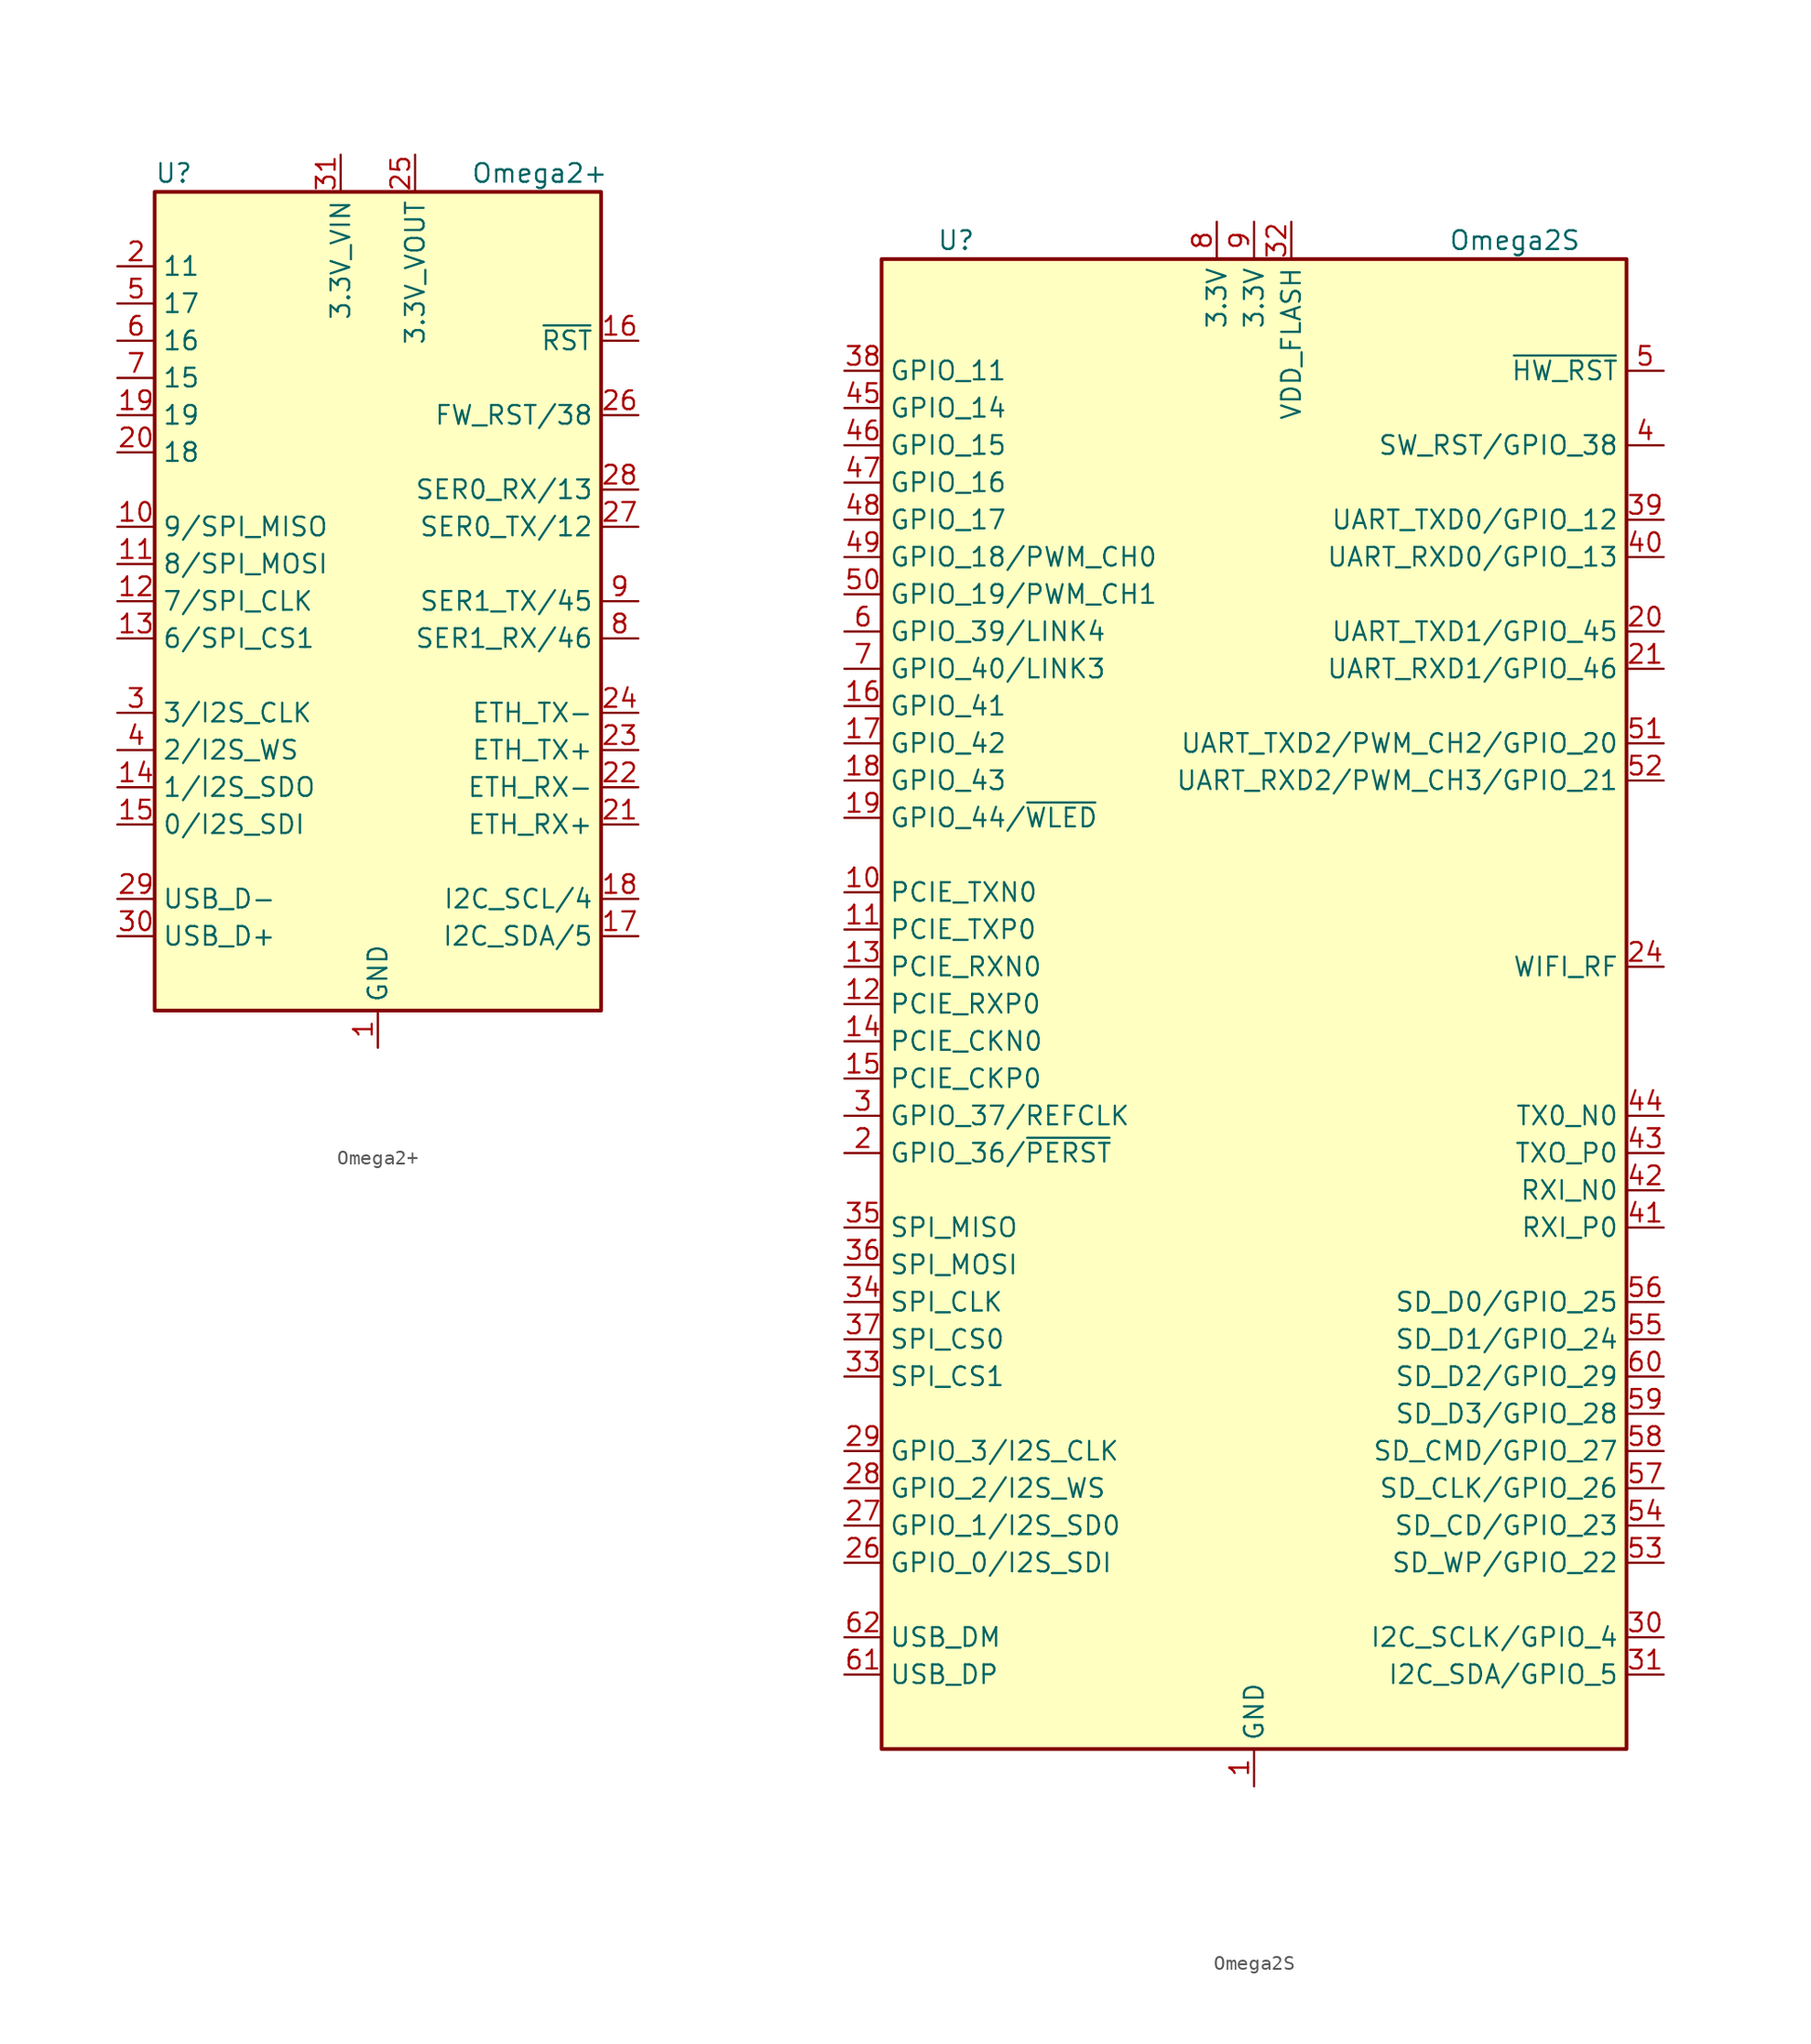
<source format=kicad_sym>
(kicad_symbol_lib
  (version 20211014)
  (generator kicad_symbol_editor)
  (symbol "Omega2+"
    (property "Reference" "U"
      (at -15.24 29.21 0)
      (effects (font (size 1.27 1.27)) (justify left)))
    (property "Value" "Omega2+"
      (at 6.35 29.21 0)
      (effects (font (size 1.27 1.27)) (justify left)))
    (symbol "Omega2+_0_1"
      (rectangle (start -15.24 27.94) (end 15.24 -27.94) (stroke (width 0.254) (type default) (color 0 0 0 0)) (fill (type background))))
    (symbol "Omega2+_1_1"
      (pin power_in line (at 0 -30.48 90) (length 2.54) (name "GND" (effects (font (size 1.27 1.27)))) (number "1" (effects (font (size 1.27 1.27)))))
      (pin bidirectional line (at -17.78 5.08 0) (length 2.54) (name "9/SPI_MISO" (effects (font (size 1.27 1.27)))) (number "10" (effects (font (size 1.27 1.27)))))
      (pin bidirectional line (at -17.78 2.54 0) (length 2.54) (name "8/SPI_MOSI" (effects (font (size 1.27 1.27)))) (number "11" (effects (font (size 1.27 1.27)))))
      (pin bidirectional line (at -17.78 0 0) (length 2.54) (name "7/SPI_CLK" (effects (font (size 1.27 1.27)))) (number "12" (effects (font (size 1.27 1.27)))))
      (pin bidirectional line (at -17.78 -2.54 0) (length 2.54) (name "6/SPI_CS1" (effects (font (size 1.27 1.27)))) (number "13" (effects (font (size 1.27 1.27)))))
      (pin bidirectional line (at -17.78 -12.7 0) (length 2.54) (name "1/I2S_SDO" (effects (font (size 1.27 1.27)))) (number "14" (effects (font (size 1.27 1.27)))))
      (pin bidirectional line (at -17.78 -15.24 0) (length 2.54) (name "0/I2S_SDI" (effects (font (size 1.27 1.27)))) (number "15" (effects (font (size 1.27 1.27)))))
      (pin input line (at 17.78 17.78 180) (length 2.54) (name "~{RST}" (effects (font (size 1.27 1.27)))) (number "16" (effects (font (size 1.27 1.27)))))
      (pin bidirectional line (at 17.78 -22.86 180) (length 2.54) (name "I2C_SDA/5" (effects (font (size 1.27 1.27)))) (number "17" (effects (font (size 1.27 1.27)))))
      (pin bidirectional line (at 17.78 -20.32 180) (length 2.54) (name "I2C_SCL/4" (effects (font (size 1.27 1.27)))) (number "18" (effects (font (size 1.27 1.27)))))
      (pin bidirectional line (at -17.78 12.7 0) (length 2.54) (name "19" (effects (font (size 1.27 1.27)))) (number "19" (effects (font (size 1.27 1.27)))))
      (pin bidirectional line (at -17.78 22.86 0) (length 2.54) (name "11" (effects (font (size 1.27 1.27)))) (number "2" (effects (font (size 1.27 1.27)))))
      (pin bidirectional line (at -17.78 10.16 0) (length 2.54) (name "18" (effects (font (size 1.27 1.27)))) (number "20" (effects (font (size 1.27 1.27)))))
      (pin input line (at 17.78 -15.24 180) (length 2.54) (name "ETH_RX+" (effects (font (size 1.27 1.27)))) (number "21" (effects (font (size 1.27 1.27)))))
      (pin input line (at 17.78 -12.7 180) (length 2.54) (name "ETH_RX-" (effects (font (size 1.27 1.27)))) (number "22" (effects (font (size 1.27 1.27)))))
      (pin output line (at 17.78 -10.16 180) (length 2.54) (name "ETH_TX+" (effects (font (size 1.27 1.27)))) (number "23" (effects (font (size 1.27 1.27)))))
      (pin output line (at 17.78 -7.62 180) (length 2.54) (name "ETH_TX-" (effects (font (size 1.27 1.27)))) (number "24" (effects (font (size 1.27 1.27)))))
      (pin power_out line (at 2.54 30.48 270) (length 2.54) (name "3.3V_VOUT" (effects (font (size 1.27 1.27)))) (number "25" (effects (font (size 1.27 1.27)))))
      (pin bidirectional line (at 17.78 12.7 180) (length 2.54) (name "FW_RST/38" (effects (font (size 1.27 1.27)))) (number "26" (effects (font (size 1.27 1.27)))))
      (pin bidirectional line (at 17.78 5.08 180) (length 2.54) (name "SER0_TX/12" (effects (font (size 1.27 1.27)))) (number "27" (effects (font (size 1.27 1.27)))))
      (pin bidirectional line (at 17.78 7.62 180) (length 2.54) (name "SER0_RX/13" (effects (font (size 1.27 1.27)))) (number "28" (effects (font (size 1.27 1.27)))))
      (pin bidirectional line (at -17.78 -20.32 0) (length 2.54) (name "USB_D-" (effects (font (size 1.27 1.27)))) (number "29" (effects (font (size 1.27 1.27)))))
      (pin bidirectional line (at -17.78 -7.62 0) (length 2.54) (name "3/I2S_CLK" (effects (font (size 1.27 1.27)))) (number "3" (effects (font (size 1.27 1.27)))))
      (pin bidirectional line (at -17.78 -22.86 0) (length 2.54) (name "USB_D+" (effects (font (size 1.27 1.27)))) (number "30" (effects (font (size 1.27 1.27)))))
      (pin power_in line (at -2.54 30.48 270) (length 2.54) (name "3.3V_VIN" (effects (font (size 1.27 1.27)))) (number "31" (effects (font (size 1.27 1.27)))))
      (pin passive line (at 0 -30.48 90) (length 2.54) hide (name "GND" (effects (font (size 1.27 1.27)))) (number "32" (effects (font (size 1.27 1.27)))))
      (pin bidirectional line (at -17.78 -10.16 0) (length 2.54) (name "2/I2S_WS" (effects (font (size 1.27 1.27)))) (number "4" (effects (font (size 1.27 1.27)))))
      (pin bidirectional line (at -17.78 20.32 0) (length 2.54) (name "17" (effects (font (size 1.27 1.27)))) (number "5" (effects (font (size 1.27 1.27)))))
      (pin bidirectional line (at -17.78 17.78 0) (length 2.54) (name "16" (effects (font (size 1.27 1.27)))) (number "6" (effects (font (size 1.27 1.27)))))
      (pin bidirectional line (at -17.78 15.24 0) (length 2.54) (name "15" (effects (font (size 1.27 1.27)))) (number "7" (effects (font (size 1.27 1.27)))))
      (pin bidirectional line (at 17.78 -2.54 180) (length 2.54) (name "SER1_RX/46" (effects (font (size 1.27 1.27)))) (number "8" (effects (font (size 1.27 1.27)))))
      (pin bidirectional line (at 17.78 0 180) (length 2.54) (name "SER1_TX/45" (effects (font (size 1.27 1.27)))) (number "9" (effects (font (size 1.27 1.27)))))))
  (symbol "Omega2S"
    (property "Reference" "U"
      (at -20.32 52.07 0)
      (effects (font (size 1.27 1.27))))
    (property "Value" "Omega2S"
      (at 17.78 52.07 0)
      (effects (font (size 1.27 1.27))))
    (symbol "Omega2S_0_1"
      (rectangle (start -25.4 -50.8) (end 25.4 50.8) (stroke (width 0.254) (type default) (color 0 0 0 0)) (fill (type background))))
    (symbol "Omega2S_1_1"
      (pin power_in line (at 0 -53.34 90) (length 2.54) (name "GND" (effects (font (size 1.27 1.27)))) (number "1" (effects (font (size 1.27 1.27)))))
      (pin output line (at -27.94 7.62 0) (length 2.54) (name "PCIE_TXN0" (effects (font (size 1.27 1.27)))) (number "10" (effects (font (size 1.27 1.27)))))
      (pin output line (at -27.94 5.08 0) (length 2.54) (name "PCIE_TXP0" (effects (font (size 1.27 1.27)))) (number "11" (effects (font (size 1.27 1.27)))))
      (pin input line (at -27.94 0 0) (length 2.54) (name "PCIE_RXP0" (effects (font (size 1.27 1.27)))) (number "12" (effects (font (size 1.27 1.27)))))
      (pin input line (at -27.94 2.54 0) (length 2.54) (name "PCIE_RXN0" (effects (font (size 1.27 1.27)))) (number "13" (effects (font (size 1.27 1.27)))))
      (pin output line (at -27.94 -2.54 0) (length 2.54) (name "PCIE_CKN0" (effects (font (size 1.27 1.27)))) (number "14" (effects (font (size 1.27 1.27)))))
      (pin output line (at -27.94 -5.08 0) (length 2.54) (name "PCIE_CKP0" (effects (font (size 1.27 1.27)))) (number "15" (effects (font (size 1.27 1.27)))))
      (pin bidirectional line (at -27.94 20.32 0) (length 2.54) (name "GPIO_41" (effects (font (size 1.27 1.27)))) (number "16" (effects (font (size 1.27 1.27)))))
      (pin bidirectional line (at -27.94 17.78 0) (length 2.54) (name "GPIO_42" (effects (font (size 1.27 1.27)))) (number "17" (effects (font (size 1.27 1.27)))))
      (pin bidirectional line (at -27.94 15.24 0) (length 2.54) (name "GPIO_43" (effects (font (size 1.27 1.27)))) (number "18" (effects (font (size 1.27 1.27)))))
      (pin bidirectional line (at -27.94 12.7 0) (length 2.54) (name "GPIO_44/~{WLED}" (effects (font (size 1.27 1.27)))) (number "19" (effects (font (size 1.27 1.27)))))
      (pin bidirectional line (at -27.94 -10.16 0) (length 2.54) (name "GPIO_36/~{PERST}" (effects (font (size 1.27 1.27)))) (number "2" (effects (font (size 1.27 1.27)))))
      (pin bidirectional line (at 27.94 25.4 180) (length 2.54) (name "UART_TXD1/GPIO_45" (effects (font (size 1.27 1.27)))) (number "20" (effects (font (size 1.27 1.27)))))
      (pin bidirectional line (at 27.94 22.86 180) (length 2.54) (name "UART_RXD1/GPIO_46" (effects (font (size 1.27 1.27)))) (number "21" (effects (font (size 1.27 1.27)))))
      (pin passive line (at 0 -53.34 90) (length 2.54) hide (name "GND" (effects (font (size 1.27 1.27)))) (number "22" (effects (font (size 1.27 1.27)))))
      (pin passive line (at 0 -53.34 90) (length 2.54) hide (name "GND" (effects (font (size 1.27 1.27)))) (number "23" (effects (font (size 1.27 1.27)))))
      (pin passive line (at 27.94 2.54 180) (length 2.54) (name "WIFI_RF" (effects (font (size 1.27 1.27)))) (number "24" (effects (font (size 1.27 1.27)))))
      (pin passive line (at 0 -53.34 90) (length 2.54) hide (name "GND" (effects (font (size 1.27 1.27)))) (number "25" (effects (font (size 1.27 1.27)))))
      (pin bidirectional line (at -27.94 -38.1 0) (length 2.54) (name "GPIO_0/I2S_SDI" (effects (font (size 1.27 1.27)))) (number "26" (effects (font (size 1.27 1.27)))))
      (pin bidirectional line (at -27.94 -35.56 0) (length 2.54) (name "GPIO_1/I2S_SD0" (effects (font (size 1.27 1.27)))) (number "27" (effects (font (size 1.27 1.27)))))
      (pin bidirectional line (at -27.94 -33.02 0) (length 2.54) (name "GPIO_2/I2S_WS" (effects (font (size 1.27 1.27)))) (number "28" (effects (font (size 1.27 1.27)))))
      (pin bidirectional line (at -27.94 -30.48 0) (length 2.54) (name "GPIO_3/I2S_CLK" (effects (font (size 1.27 1.27)))) (number "29" (effects (font (size 1.27 1.27)))))
      (pin bidirectional line (at -27.94 -7.62 0) (length 2.54) (name "GPIO_37/REFCLK" (effects (font (size 1.27 1.27)))) (number "3" (effects (font (size 1.27 1.27)))))
      (pin bidirectional line (at 27.94 -43.18 180) (length 2.54) (name "I2C_SCLK/GPIO_4" (effects (font (size 1.27 1.27)))) (number "30" (effects (font (size 1.27 1.27)))))
      (pin bidirectional line (at 27.94 -45.72 180) (length 2.54) (name "I2C_SDA/GPIO_5" (effects (font (size 1.27 1.27)))) (number "31" (effects (font (size 1.27 1.27)))))
      (pin power_in line (at 2.54 53.34 270) (length 2.54) (name "VDD_FLASH" (effects (font (size 1.27 1.27)))) (number "32" (effects (font (size 1.27 1.27)))))
      (pin output line (at -27.94 -25.4 0) (length 2.54) (name "SPI_CS1" (effects (font (size 1.27 1.27)))) (number "33" (effects (font (size 1.27 1.27)))))
      (pin output line (at -27.94 -20.32 0) (length 2.54) (name "SPI_CLK" (effects (font (size 1.27 1.27)))) (number "34" (effects (font (size 1.27 1.27)))))
      (pin input line (at -27.94 -15.24 0) (length 2.54) (name "SPI_MISO" (effects (font (size 1.27 1.27)))) (number "35" (effects (font (size 1.27 1.27)))))
      (pin output line (at -27.94 -17.78 0) (length 2.54) (name "SPI_MOSI" (effects (font (size 1.27 1.27)))) (number "36" (effects (font (size 1.27 1.27)))))
      (pin output line (at -27.94 -22.86 0) (length 2.54) (name "SPI_CS0" (effects (font (size 1.27 1.27)))) (number "37" (effects (font (size 1.27 1.27)))))
      (pin bidirectional line (at -27.94 43.18 0) (length 2.54) (name "GPIO_11" (effects (font (size 1.27 1.27)))) (number "38" (effects (font (size 1.27 1.27)))))
      (pin bidirectional line (at 27.94 33.02 180) (length 2.54) (name "UART_TXD0/GPIO_12" (effects (font (size 1.27 1.27)))) (number "39" (effects (font (size 1.27 1.27)))))
      (pin bidirectional line (at 27.94 38.1 180) (length 2.54) (name "SW_RST/GPIO_38" (effects (font (size 1.27 1.27)))) (number "4" (effects (font (size 1.27 1.27)))))
      (pin bidirectional line (at 27.94 30.48 180) (length 2.54) (name "UART_RXD0/GPIO_13" (effects (font (size 1.27 1.27)))) (number "40" (effects (font (size 1.27 1.27)))))
      (pin input line (at 27.94 -15.24 180) (length 2.54) (name "RXI_P0" (effects (font (size 1.27 1.27)))) (number "41" (effects (font (size 1.27 1.27)))))
      (pin input line (at 27.94 -12.7 180) (length 2.54) (name "RXI_N0" (effects (font (size 1.27 1.27)))) (number "42" (effects (font (size 1.27 1.27)))))
      (pin output line (at 27.94 -10.16 180) (length 2.54) (name "TXO_P0" (effects (font (size 1.27 1.27)))) (number "43" (effects (font (size 1.27 1.27)))))
      (pin output line (at 27.94 -7.62 180) (length 2.54) (name "TX0_N0" (effects (font (size 1.27 1.27)))) (number "44" (effects (font (size 1.27 1.27)))))
      (pin bidirectional line (at -27.94 40.64 0) (length 2.54) (name "GPIO_14" (effects (font (size 1.27 1.27)))) (number "45" (effects (font (size 1.27 1.27)))))
      (pin bidirectional line (at -27.94 38.1 0) (length 2.54) (name "GPIO_15" (effects (font (size 1.27 1.27)))) (number "46" (effects (font (size 1.27 1.27)))))
      (pin bidirectional line (at -27.94 35.56 0) (length 2.54) (name "GPIO_16" (effects (font (size 1.27 1.27)))) (number "47" (effects (font (size 1.27 1.27)))))
      (pin bidirectional line (at -27.94 33.02 0) (length 2.54) (name "GPIO_17" (effects (font (size 1.27 1.27)))) (number "48" (effects (font (size 1.27 1.27)))))
      (pin bidirectional line (at -27.94 30.48 0) (length 2.54) (name "GPIO_18/PWM_CH0" (effects (font (size 1.27 1.27)))) (number "49" (effects (font (size 1.27 1.27)))))
      (pin input line (at 27.94 43.18 180) (length 2.54) (name "~{HW_RST}" (effects (font (size 1.27 1.27)))) (number "5" (effects (font (size 1.27 1.27)))))
      (pin bidirectional line (at -27.94 27.94 0) (length 2.54) (name "GPIO_19/PWM_CH1" (effects (font (size 1.27 1.27)))) (number "50" (effects (font (size 1.27 1.27)))))
      (pin bidirectional line (at 27.94 17.78 180) (length 2.54) (name "UART_TXD2/PWM_CH2/GPIO_20" (effects (font (size 1.27 1.27)))) (number "51" (effects (font (size 1.27 1.27)))))
      (pin bidirectional line (at 27.94 15.24 180) (length 2.54) (name "UART_RXD2/PWM_CH3/GPIO_21" (effects (font (size 1.27 1.27)))) (number "52" (effects (font (size 1.27 1.27)))))
      (pin bidirectional line (at 27.94 -38.1 180) (length 2.54) (name "SD_WP/GPIO_22" (effects (font (size 1.27 1.27)))) (number "53" (effects (font (size 1.27 1.27)))))
      (pin bidirectional line (at 27.94 -35.56 180) (length 2.54) (name "SD_CD/GPIO_23" (effects (font (size 1.27 1.27)))) (number "54" (effects (font (size 1.27 1.27)))))
      (pin bidirectional line (at 27.94 -22.86 180) (length 2.54) (name "SD_D1/GPIO_24" (effects (font (size 1.27 1.27)))) (number "55" (effects (font (size 1.27 1.27)))))
      (pin bidirectional line (at 27.94 -20.32 180) (length 2.54) (name "SD_D0/GPIO_25" (effects (font (size 1.27 1.27)))) (number "56" (effects (font (size 1.27 1.27)))))
      (pin bidirectional line (at 27.94 -33.02 180) (length 2.54) (name "SD_CLK/GPIO_26" (effects (font (size 1.27 1.27)))) (number "57" (effects (font (size 1.27 1.27)))))
      (pin bidirectional line (at 27.94 -30.48 180) (length 2.54) (name "SD_CMD/GPIO_27" (effects (font (size 1.27 1.27)))) (number "58" (effects (font (size 1.27 1.27)))))
      (pin bidirectional line (at 27.94 -27.94 180) (length 2.54) (name "SD_D3/GPIO_28" (effects (font (size 1.27 1.27)))) (number "59" (effects (font (size 1.27 1.27)))))
      (pin bidirectional line (at -27.94 25.4 0) (length 2.54) (name "GPIO_39/LINK4" (effects (font (size 1.27 1.27)))) (number "6" (effects (font (size 1.27 1.27)))))
      (pin bidirectional line (at 27.94 -25.4 180) (length 2.54) (name "SD_D2/GPIO_29" (effects (font (size 1.27 1.27)))) (number "60" (effects (font (size 1.27 1.27)))))
      (pin bidirectional line (at -27.94 -45.72 0) (length 2.54) (name "USB_DP" (effects (font (size 1.27 1.27)))) (number "61" (effects (font (size 1.27 1.27)))))
      (pin bidirectional line (at -27.94 -43.18 0) (length 2.54) (name "USB_DM" (effects (font (size 1.27 1.27)))) (number "62" (effects (font (size 1.27 1.27)))))
      (pin passive line (at 0 -53.34 90) (length 2.54) hide (name "GND" (effects (font (size 1.27 1.27)))) (number "63" (effects (font (size 1.27 1.27)))))
      (pin passive line (at 0 -53.34 90) (length 2.54) hide (name "GND" (effects (font (size 1.27 1.27)))) (number "64" (effects (font (size 1.27 1.27)))))
      (pin bidirectional line (at -27.94 22.86 0) (length 2.54) (name "GPIO_40/LINK3" (effects (font (size 1.27 1.27)))) (number "7" (effects (font (size 1.27 1.27)))))
      (pin power_in line (at -2.54 53.34 270) (length 2.54) (name "3.3V" (effects (font (size 1.27 1.27)))) (number "8" (effects (font (size 1.27 1.27)))))
      (pin power_in line (at 0 53.34 270) (length 2.54) (name "3.3V" (effects (font (size 1.27 1.27)))) (number "9" (effects (font (size 1.27 1.27))))))))
</source>
